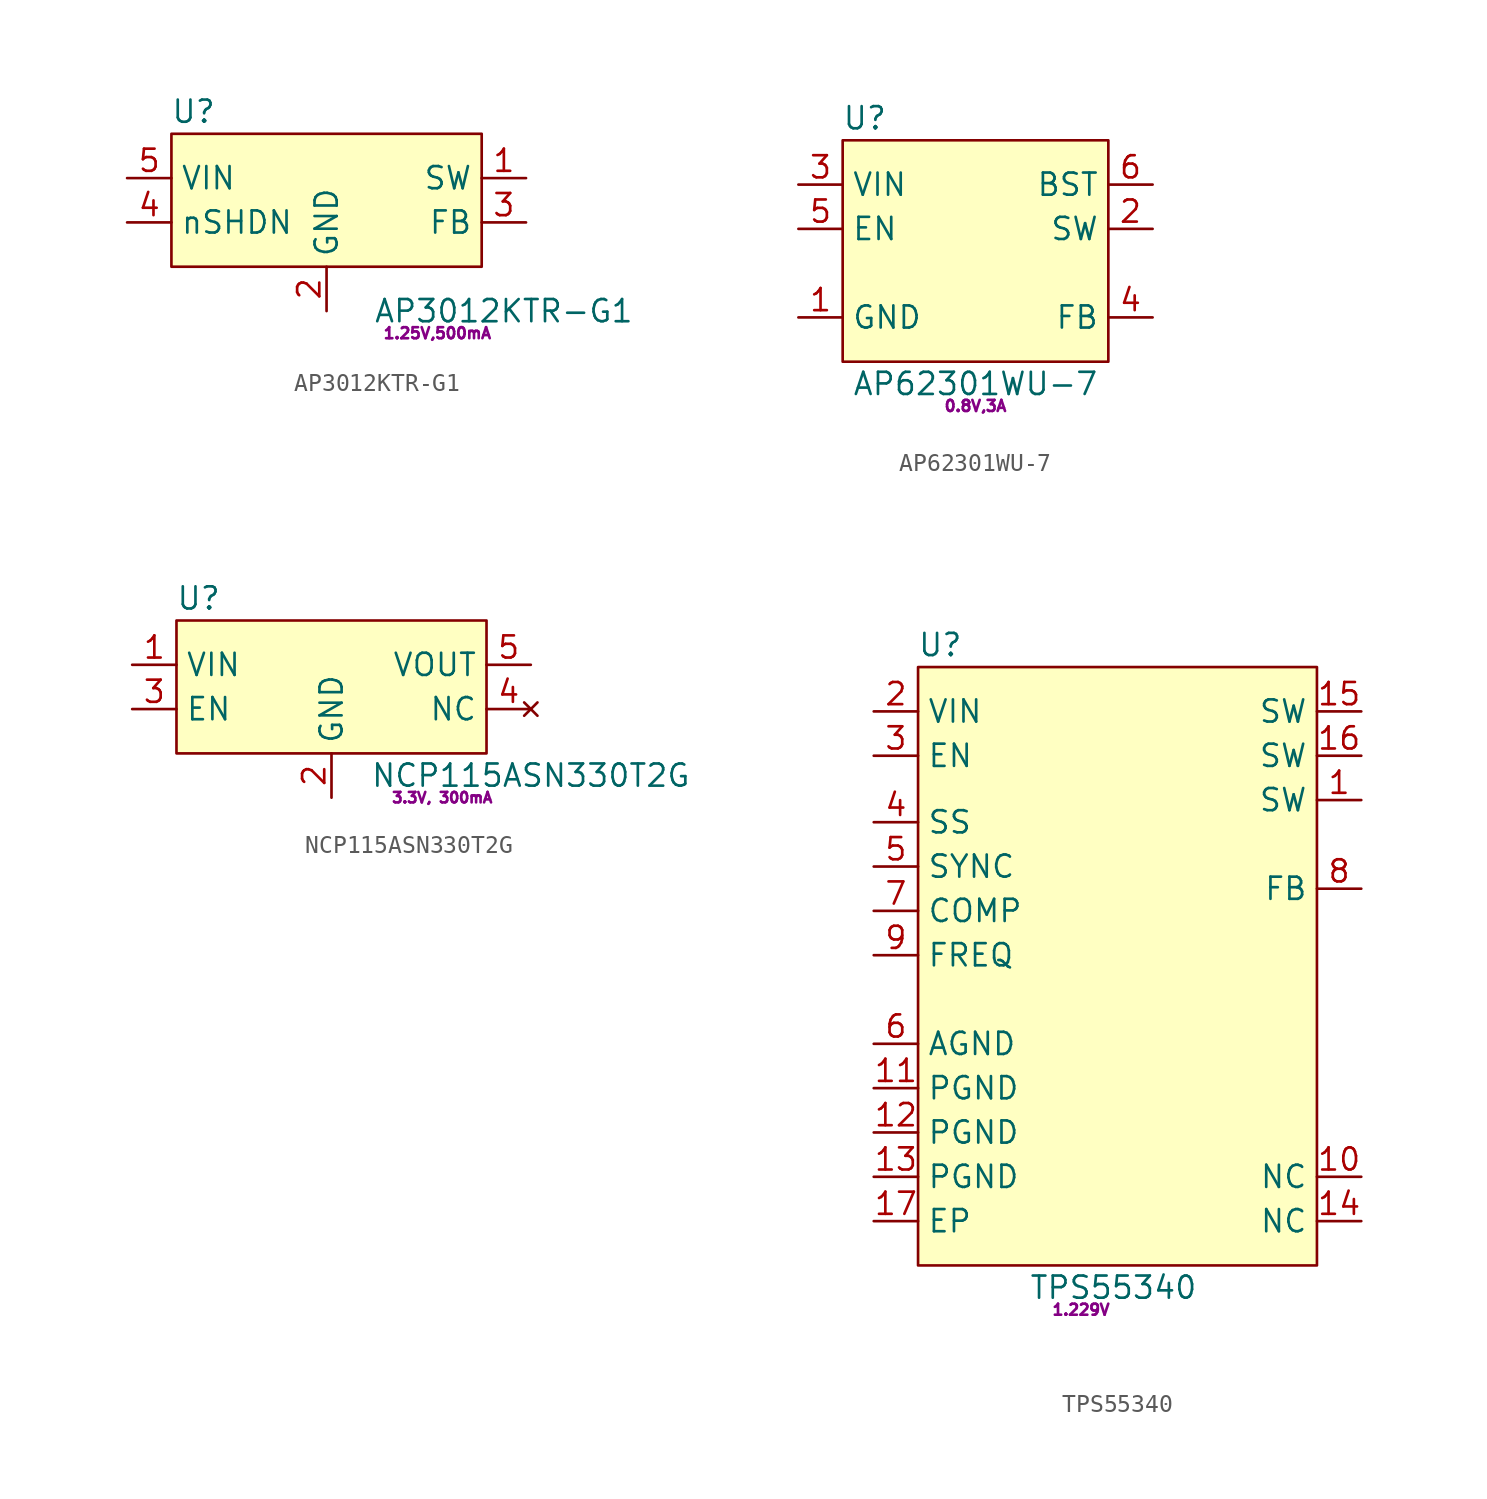
<source format=kicad_sym>
(kicad_symbol_lib
  (version 20220914)
  (generator kicad_symbol_editor)
  (symbol "AP3012KTR-G1"
    (property "Reference" "U"
      (at -7.62 5.08 0)
      (effects (font (size 1.27 1.27))))
    (property "Value" "AP3012KTR-G1"
      (at 10.16 -6.35 0)
      (effects (font (size 1.27 1.27))))
    (property "Params" "1.25V,500mA"
      (at 6.35 -7.62 0)
      (effects (font (size 0.63 0.63))))
    (symbol "AP3012KTR-G1_0_1"
      (rectangle (start -8.89 3.81) (end 8.89 -3.81) (stroke (width 0.152) (type default)) (fill (type background))))
    (symbol "AP3012KTR-G1_1_1"
      (pin power_out line (at 11.43 1.27 180) (length 2.54) (name "SW" (effects (font (size 1.27 1.27)))) (number "1" (effects (font (size 1.27 1.27)))))
      (pin power_in line (at 0 -6.35 90) (length 2.54) (name "GND" (effects (font (size 1.27 1.27)))) (number "2" (effects (font (size 1.27 1.27)))))
      (pin input line (at 11.43 -1.27 180) (length 2.54) (name "FB" (effects (font (size 1.27 1.27)))) (number "3" (effects (font (size 1.27 1.27)))))
      (pin input line (at -11.43 -1.27 0) (length 2.54) (name "nSHDN" (effects (font (size 1.27 1.27)))) (number "4" (effects (font (size 1.27 1.27)))))
      (pin power_in line (at -11.43 1.27 0) (length 2.54) (name "VIN" (effects (font (size 1.27 1.27)))) (number "5" (effects (font (size 1.27 1.27)))))))
  (symbol "AP62301WU-7"
    (property "Reference" "U"
      (at 1.27 13.97 0)
      (effects (font (size 1.27 1.27))))
    (property "Value" "AP62301WU-7"
      (at 7.62 -1.27 0)
      (effects (font (size 1.27 1.27))))
    (property "Params" "0.8V,3A"
      (at 7.62 -2.54 0)
      (effects (font (size 0.635 0.635))))
    (symbol "AP62301WU-7_0_1"
      (rectangle (start 0 12.7) (end 15.24 0) (stroke (width 0.152) (type default)) (fill (type background))))
    (symbol "AP62301WU-7_1_1"
      (pin power_in line (at -2.54 2.54 0) (length 2.54) (name "GND" (effects (font (size 1.27 1.27)))) (number "1" (effects (font (size 1.27 1.27)))))
      (pin power_out line (at 17.78 7.62 180) (length 2.54) (name "SW" (effects (font (size 1.27 1.27)))) (number "2" (effects (font (size 1.27 1.27)))))
      (pin power_in line (at -2.54 10.16 0) (length 2.54) (name "VIN" (effects (font (size 1.27 1.27)))) (number "3" (effects (font (size 1.27 1.27)))))
      (pin input line (at 17.78 2.54 180) (length 2.54) (name "FB" (effects (font (size 1.27 1.27)))) (number "4" (effects (font (size 1.27 1.27)))))
      (pin input line (at -2.54 7.62 0) (length 2.54) (name "EN" (effects (font (size 1.27 1.27)))) (number "5" (effects (font (size 1.27 1.27)))))
      (pin input line (at 17.78 10.16 180) (length 2.54) (name "BST" (effects (font (size 1.27 1.27)))) (number "6" (effects (font (size 1.27 1.27)))))))
  (symbol "NCP115ASN330T2G"
    (property "Reference" "U"
      (at -7.62 6.35 0)
      (effects (font (size 1.27 1.27))))
    (property "Value" "NCP115ASN330T2G"
      (at 11.43 -3.81 0)
      (effects (font (size 1.27 1.27))))
    (property "Params" "3.3V, 300mA"
      (at 6.35 -5.08 0)
      (effects (font (size 0.6 0.6))))
    (symbol "NCP115ASN330T2G_0_1"
      (rectangle (start -8.89 -2.54) (end 8.89 5.08) (stroke (width 0.152) (type default)) (fill (type background))))
    (symbol "NCP115ASN330T2G_1_1"
      (pin power_in line (at -11.43 2.54 0) (length 2.54) (name "VIN" (effects (font (size 1.27 1.27)))) (number "1" (effects (font (size 1.27 1.27)))))
      (pin power_in line (at 0 -5.08 90) (length 2.54) (name "GND" (effects (font (size 1.27 1.27)))) (number "2" (effects (font (size 1.27 1.27)))))
      (pin input line (at -11.43 0 0) (length 2.54) (name "EN" (effects (font (size 1.27 1.27)))) (number "3" (effects (font (size 1.27 1.27)))))
      (pin no_connect line (at 11.43 0 180) (length 2.54) (name "NC" (effects (font (size 1.27 1.27)))) (number "4" (effects (font (size 1.27 1.27)))))
      (pin power_out line (at 11.43 2.54 180) (length 2.54) (name "VOUT" (effects (font (size 1.27 1.27)))) (number "5" (effects (font (size 1.27 1.27)))))))
  (symbol "TPS55340"
    (property "Reference" "U"
      (at -10.16 35.56 0)
      (effects (font (size 1.27 1.27))))
    (property "Value" "TPS55340"
      (at -5.08 -1.27 0)
      (effects (font (size 1.27 1.27)) (justify left)))
    (property "Params" "1.229V"
      (at -3.81 -2.54 0)
      (effects (font (size 0.63 0.63)) (justify left)))
    (symbol "TPS55340_0_1"
      (rectangle (start -11.43 34.29) (end 11.43 0) (stroke (width 0.152) (type default)) (fill (type background))))
    (symbol "TPS55340_1_1"
      (pin power_out line (at 13.97 26.67 180) (length 2.54) (name "SW" (effects (font (size 1.27 1.27)))) (number "1" (effects (font (size 1.27 1.27)))))
      (pin passive line (at 13.97 5.08 180) (length 2.54) (name "NC" (effects (font (size 1.27 1.27)))) (number "10" (effects (font (size 1.27 1.27)))))
      (pin power_in line (at -13.97 10.16 0) (length 2.54) (name "PGND" (effects (font (size 1.27 1.27)))) (number "11" (effects (font (size 1.27 1.27)))))
      (pin power_in line (at -13.97 7.62 0) (length 2.54) (name "PGND" (effects (font (size 1.27 1.27)))) (number "12" (effects (font (size 1.27 1.27)))))
      (pin power_in line (at -13.97 5.08 0) (length 2.54) (name "PGND" (effects (font (size 1.27 1.27)))) (number "13" (effects (font (size 1.27 1.27)))))
      (pin passive line (at 13.97 2.54 180) (length 2.54) (name "NC" (effects (font (size 1.27 1.27)))) (number "14" (effects (font (size 1.27 1.27)))))
      (pin power_out line (at 13.97 31.75 180) (length 2.54) (name "SW" (effects (font (size 1.27 1.27)))) (number "15" (effects (font (size 1.27 1.27)))))
      (pin power_out line (at 13.97 29.21 180) (length 2.54) (name "SW" (effects (font (size 1.27 1.27)))) (number "16" (effects (font (size 1.27 1.27)))))
      (pin power_in line (at -13.97 2.54 0) (length 2.54) (name "EP" (effects (font (size 1.27 1.27)))) (number "17" (effects (font (size 1.27 1.27)))))
      (pin power_in line (at -13.97 31.75 0) (length 2.54) (name "VIN" (effects (font (size 1.27 1.27)))) (number "2" (effects (font (size 1.27 1.27)))))
      (pin input line (at -13.97 29.21 0) (length 2.54) (name "EN" (effects (font (size 1.27 1.27)))) (number "3" (effects (font (size 1.27 1.27)))))
      (pin input line (at -13.97 25.4 0) (length 2.54) (name "SS" (effects (font (size 1.27 1.27)))) (number "4" (effects (font (size 1.27 1.27)))))
      (pin input line (at -13.97 22.86 0) (length 2.54) (name "SYNC" (effects (font (size 1.27 1.27)))) (number "5" (effects (font (size 1.27 1.27)))))
      (pin power_in line (at -13.97 12.7 0) (length 2.54) (name "AGND" (effects (font (size 1.27 1.27)))) (number "6" (effects (font (size 1.27 1.27)))))
      (pin input line (at -13.97 20.32 0) (length 2.54) (name "COMP" (effects (font (size 1.27 1.27)))) (number "7" (effects (font (size 1.27 1.27)))))
      (pin input line (at 13.97 21.59 180) (length 2.54) (name "FB" (effects (font (size 1.27 1.27)))) (number "8" (effects (font (size 1.27 1.27)))))
      (pin input line (at -13.97 17.78 0) (length 2.54) (name "FREQ" (effects (font (size 1.27 1.27)))) (number "9" (effects (font (size 1.27 1.27))))))))
</source>
